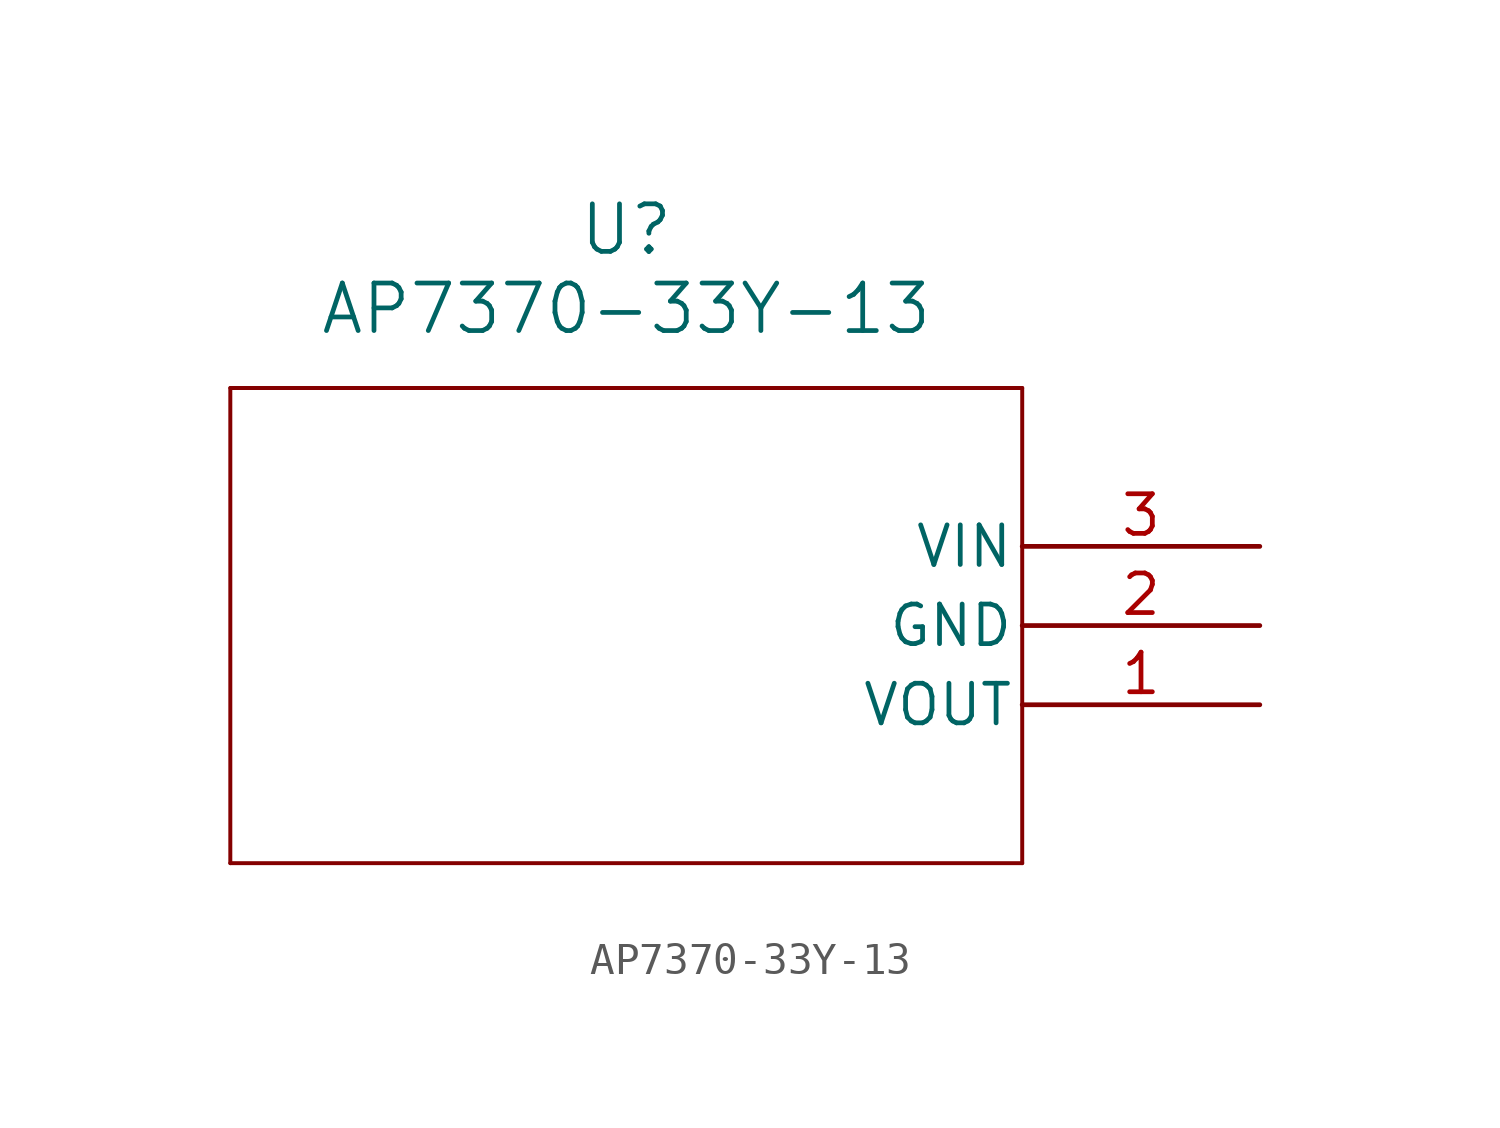
<source format=kicad_sym>
(kicad_symbol_lib
  (version 20211014)
  (generator kicad_symbol_editor)
  (symbol "AP7370-33Y-13"
    (pin_names
      (offset 0.254))
    (property "Reference" "U"
      (at -20.32 10.16 0)
      (effects (font (size 1.524 1.524))))
    (property "Value" "AP7370-33Y-13"
      (at -20.32 7.62 0)
      (effects (font (size 1.524 1.524))))
    (symbol "AP7370-33Y-13_0_1"
      (polyline (pts (xy -33.02 5.08) (xy -33.02 -10.16)) (stroke (width 0.127) (type default) (color 0 0 0 0)) (fill (type none)))
      (polyline (pts (xy -33.02 -10.16) (xy -7.62 -10.16)) (stroke (width 0.127) (type default) (color 0 0 0 0)) (fill (type none)))
      (polyline (pts (xy -7.62 -10.16) (xy -7.62 5.08)) (stroke (width 0.127) (type default) (color 0 0 0 0)) (fill (type none)))
      (polyline (pts (xy -7.62 5.08) (xy -33.02 5.08)) (stroke (width 0.127) (type default) (color 0 0 0 0)) (fill (type none)))
      (pin output line (at 0 -5.08 180) (length 7.62) (name "VOUT" (effects (font (size 1.27 1.27)))) (number "1" (effects (font (size 1.27 1.27)))))
      (pin power_out line (at 0 -2.54 180) (length 7.62) (name "GND" (effects (font (size 1.27 1.27)))) (number "2" (effects (font (size 1.27 1.27)))))
      (pin input line (at 0 0 180) (length 7.62) (name "VIN" (effects (font (size 1.27 1.27)))) (number "3" (effects (font (size 1.27 1.27))))))))
</source>
